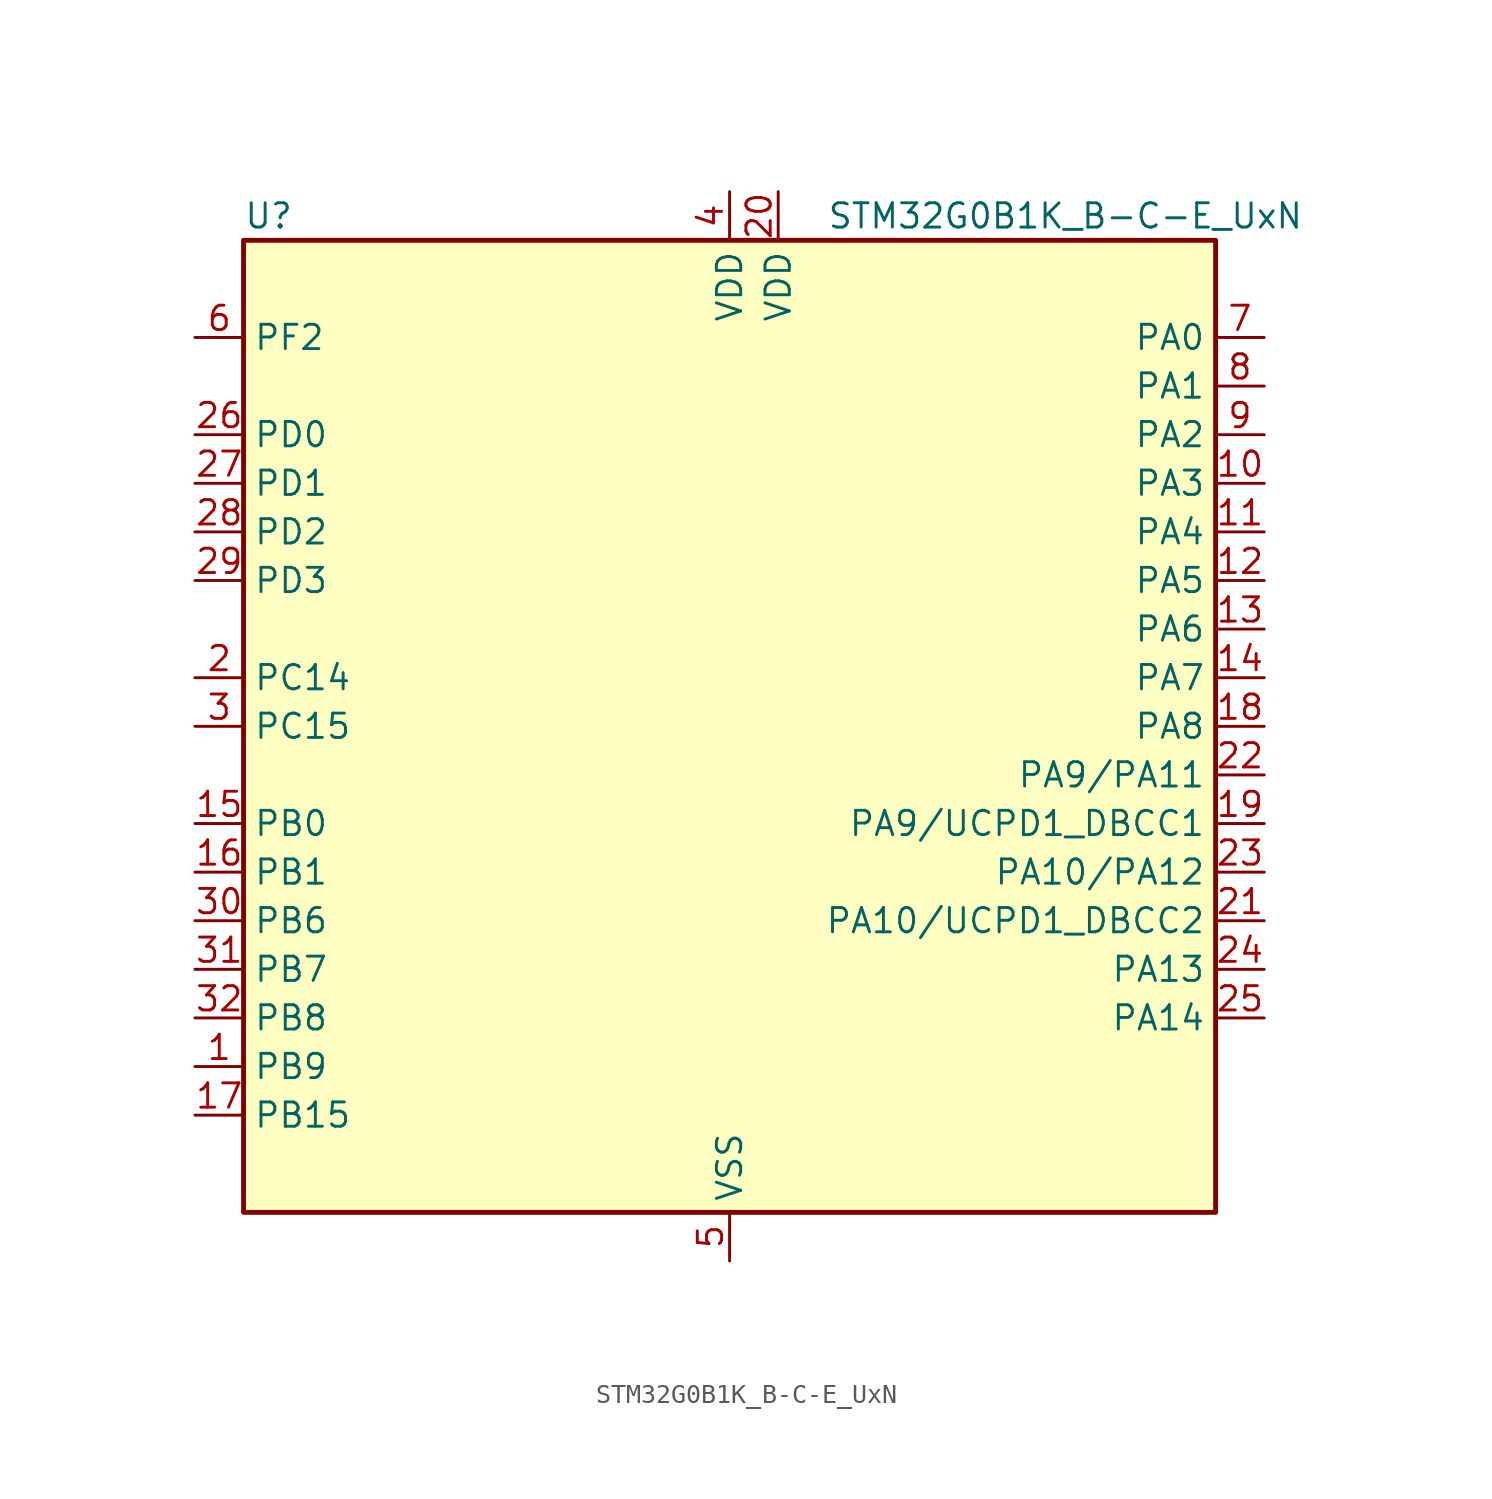
<source format=kicad_sym>
(kicad_symbol_lib
  (version 20241209)
  (generator "kicad_symbol_editor")
  (generator_version "9.0")
  (symbol "STM32G0B1K_B-C-E_UxN"
    (property "Reference" "U"
      (at -25.4 26.67 0)
      (effects (font (size 1.27 1.27)) (justify left)))
    (property "Value" "STM32G0B1K_B-C-E_UxN"
      (at 5.08 26.67 0)
      (effects (font (size 1.27 1.27)) (justify left)))
    (symbol "STM32G0B1K_B-C-E_UxN_0_1"
      (rectangle (start -25.4 -25.4) (end 25.4 25.4) (stroke (width 0.254) (type default)) (fill (type background))))
    (symbol "STM32G0B1K_B-C-E_UxN_1_1"
      (pin bidirectional line (at -27.94 20.32 0) (length 2.54) (name "PF2" (effects (font (size 1.27 1.27)))) (number "6" (effects (font (size 1.27 1.27)))) (alternate "LPUART2_DE" bidirectional line) (alternate "LPUART2_RTS" bidirectional line) (alternate "LPUART2_TX" bidirectional line) (alternate "RCC_MCO" bidirectional line))
      (pin bidirectional line (at -27.94 15.24 0) (length 2.54) (name "PD0" (effects (font (size 1.27 1.27)))) (number "26" (effects (font (size 1.27 1.27)))) (alternate "FDCAN1_RX" bidirectional line) (alternate "I2S2_WS" bidirectional line) (alternate "SPI2_NSS" bidirectional line) (alternate "TIM16_CH1" bidirectional line) (alternate "UCPD2_CC1" bidirectional line))
      (pin bidirectional line (at -27.94 12.7 0) (length 2.54) (name "PD1" (effects (font (size 1.27 1.27)))) (number "27" (effects (font (size 1.27 1.27)))) (alternate "FDCAN1_TX" bidirectional line) (alternate "I2S2_CK" bidirectional line) (alternate "SPI2_SCK" bidirectional line) (alternate "TIM17_CH1" bidirectional line) (alternate "UCPD2_DBCC1" bidirectional line))
      (pin bidirectional line (at -27.94 10.16 0) (length 2.54) (name "PD2" (effects (font (size 1.27 1.27)))) (number "28" (effects (font (size 1.27 1.27)))) (alternate "TIM1_CH1N" bidirectional line) (alternate "TIM3_ETR" bidirectional line) (alternate "UCPD2_CC2" bidirectional line) (alternate "USART3_CK" bidirectional line) (alternate "USART3_DE" bidirectional line) (alternate "USART3_RTS" bidirectional line) (alternate "USART5_RX" bidirectional line))
      (pin bidirectional line (at -27.94 7.62 0) (length 2.54) (name "PD3" (effects (font (size 1.27 1.27)))) (number "29" (effects (font (size 1.27 1.27)))) (alternate "I2S2_MCK" bidirectional line) (alternate "SPI2_MISO" bidirectional line) (alternate "TIM1_CH2N" bidirectional line) (alternate "UCPD2_DBCC2" bidirectional line) (alternate "USART2_CTS" bidirectional line) (alternate "USART2_NSS" bidirectional line) (alternate "USART5_TX" bidirectional line))
      (pin bidirectional line (at -27.94 2.54 0) (length 2.54) (name "PC14" (effects (font (size 1.27 1.27)))) (number "2" (effects (font (size 1.27 1.27)))) (alternate "RCC_OSC32_IN" bidirectional line) (alternate "RCC_OSC_IN" bidirectional line) (alternate "TIM1_BK2" bidirectional line))
      (pin bidirectional line (at -27.94 0 0) (length 2.54) (name "PC15" (effects (font (size 1.27 1.27)))) (number "3" (effects (font (size 1.27 1.27)))) (alternate "RCC_OSC32_EN" bidirectional line) (alternate "RCC_OSC32_OUT" bidirectional line) (alternate "RCC_OSC_EN" bidirectional line) (alternate "TIM15_BK" bidirectional line))
      (pin bidirectional line (at -27.94 -5.08 0) (length 2.54) (name "PB0" (effects (font (size 1.27 1.27)))) (number "15" (effects (font (size 1.27 1.27)))) (alternate "ADC1_IN8" bidirectional line) (alternate "COMP1_OUT" bidirectional line) (alternate "COMP3_INP" bidirectional line) (alternate "FDCAN2_RX" bidirectional line) (alternate "I2S1_WS" bidirectional line) (alternate "LPTIM1_OUT" bidirectional line) (alternate "LPUART2_CTS" bidirectional line) (alternate "SPI1_NSS" bidirectional line) (alternate "TIM1_CH2N" bidirectional line) (alternate "TIM3_CH3" bidirectional line) (alternate "UCPD1_FRSTX1" bidirectional line) (alternate "UCPD1_FRSTX2" bidirectional line) (alternate "USART3_RX" bidirectional line) (alternate "USART5_TX" bidirectional line))
      (pin bidirectional line (at -27.94 -7.62 0) (length 2.54) (name "PB1" (effects (font (size 1.27 1.27)))) (number "16" (effects (font (size 1.27 1.27)))) (alternate "ADC1_IN9" bidirectional line) (alternate "COMP1_INM" bidirectional line) (alternate "COMP3_OUT" bidirectional line) (alternate "FDCAN2_TX" bidirectional line) (alternate "LPTIM2_IN1" bidirectional line) (alternate "LPUART1_DE" bidirectional line) (alternate "LPUART1_RTS" bidirectional line) (alternate "LPUART2_DE" bidirectional line) (alternate "LPUART2_RTS" bidirectional line) (alternate "TIM14_CH1" bidirectional line) (alternate "TIM1_CH3N" bidirectional line) (alternate "TIM3_CH4" bidirectional line) (alternate "USART3_CK" bidirectional line) (alternate "USART3_DE" bidirectional line) (alternate "USART3_RTS" bidirectional line) (alternate "USART5_RX" bidirectional line))
      (pin bidirectional line (at -27.94 -10.16 0) (length 2.54) (name "PB6" (effects (font (size 1.27 1.27)))) (number "30" (effects (font (size 1.27 1.27)))) (alternate "COMP2_INP" bidirectional line) (alternate "FDCAN2_TX" bidirectional line) (alternate "I2C1_SCL" bidirectional line) (alternate "I2S2_MCK" bidirectional line) (alternate "LPTIM1_ETR" bidirectional line) (alternate "LPUART2_TX" bidirectional line) (alternate "SPI2_MISO" bidirectional line) (alternate "TIM16_CH1N" bidirectional line) (alternate "TIM1_CH3" bidirectional line) (alternate "TIM4_CH1" bidirectional line) (alternate "USART1_TX" bidirectional line) (alternate "USART5_CTS" bidirectional line) (alternate "USART5_NSS" bidirectional line))
      (pin bidirectional line (at -27.94 -12.7 0) (length 2.54) (name "PB7" (effects (font (size 1.27 1.27)))) (number "31" (effects (font (size 1.27 1.27)))) (alternate "COMP2_INM" bidirectional line) (alternate "I2C1_SDA" bidirectional line) (alternate "I2S2_SD" bidirectional line) (alternate "LPTIM1_IN2" bidirectional line) (alternate "LPUART2_RX" bidirectional line) (alternate "SPI2_MOSI" bidirectional line) (alternate "SYS_PVD_IN" bidirectional line) (alternate "TIM17_CH1N" bidirectional line) (alternate "TIM4_CH2" bidirectional line) (alternate "USART1_RX" bidirectional line) (alternate "USART4_CTS" bidirectional line) (alternate "USART4_NSS" bidirectional line))
      (pin bidirectional line (at -27.94 -15.24 0) (length 2.54) (name "PB8" (effects (font (size 1.27 1.27)))) (number "32" (effects (font (size 1.27 1.27)))) (alternate "CEC" bidirectional line) (alternate "FDCAN1_RX" bidirectional line) (alternate "I2C1_SCL" bidirectional line) (alternate "I2S2_CK" bidirectional line) (alternate "SPI2_SCK" bidirectional line) (alternate "TIM15_BK" bidirectional line) (alternate "TIM16_CH1" bidirectional line) (alternate "TIM4_CH3" bidirectional line) (alternate "USART3_TX" bidirectional line) (alternate "USART6_TX" bidirectional line))
      (pin bidirectional line (at -27.94 -17.78 0) (length 2.54) (name "PB9" (effects (font (size 1.27 1.27)))) (number "1" (effects (font (size 1.27 1.27)))) (alternate "DAC1_EXTI9" bidirectional line) (alternate "FDCAN1_TX" bidirectional line) (alternate "I2C1_SDA" bidirectional line) (alternate "I2S2_WS" bidirectional line) (alternate "IR_OUT" bidirectional line) (alternate "SPI2_NSS" bidirectional line) (alternate "TIM17_CH1" bidirectional line) (alternate "TIM4_CH4" bidirectional line) (alternate "UCPD2_FRSTX1" bidirectional line) (alternate "UCPD2_FRSTX2" bidirectional line) (alternate "USART3_RX" bidirectional line) (alternate "USART6_RX" bidirectional line))
      (pin bidirectional line (at -27.94 -20.32 0) (length 2.54) (name "PB15" (effects (font (size 1.27 1.27)))) (number "17" (effects (font (size 1.27 1.27)))) (alternate "I2S2_SD" bidirectional line) (alternate "RTC_REFIN" bidirectional line) (alternate "SPI2_MOSI" bidirectional line) (alternate "TIM15_CH1N" bidirectional line) (alternate "TIM15_CH2" bidirectional line) (alternate "TIM1_CH3N" bidirectional line) (alternate "UCPD1_CC2" bidirectional line) (alternate "USART6_CTS" bidirectional line) (alternate "USART6_NSS" bidirectional line))
      (pin power_in line (at 0 27.94 270) (length 2.54) (name "VDD" (effects (font (size 1.27 1.27)))) (number "4" (effects (font (size 1.27 1.27)))))
      (pin passive line (at 0 -27.94 90) (length 2.54) (hide yes) (name "VSS" (effects (font (size 1.27 1.27)))) (number "33" (effects (font (size 1.27 1.27)))))
      (pin power_in line (at 0 -27.94 90) (length 2.54) (name "VSS" (effects (font (size 1.27 1.27)))) (number "5" (effects (font (size 1.27 1.27)))))
      (pin power_in line (at 2.54 27.94 270) (length 2.54) (name "VDD" (effects (font (size 1.27 1.27)))) (number "20" (effects (font (size 1.27 1.27)))))
      (pin bidirectional line (at 27.94 20.32 180) (length 2.54) (name "PA0" (effects (font (size 1.27 1.27)))) (number "7" (effects (font (size 1.27 1.27)))) (alternate "ADC1_IN0" bidirectional line) (alternate "COMP1_INM" bidirectional line) (alternate "COMP1_OUT" bidirectional line) (alternate "I2S2_CK" bidirectional line) (alternate "LPTIM1_OUT" bidirectional line) (alternate "RTC_TAMP_IN2" bidirectional line) (alternate "SPI2_SCK" bidirectional line) (alternate "SYS_WKUP1" bidirectional line) (alternate "TIM2_CH1" bidirectional line) (alternate "TIM2_ETR" bidirectional line) (alternate "UCPD2_FRSTX1" bidirectional line) (alternate "UCPD2_FRSTX2" bidirectional line) (alternate "USART2_CTS" bidirectional line) (alternate "USART2_NSS" bidirectional line) (alternate "USART4_TX" bidirectional line))
      (pin bidirectional line (at 27.94 17.78 180) (length 2.54) (name "PA1" (effects (font (size 1.27 1.27)))) (number "8" (effects (font (size 1.27 1.27)))) (alternate "ADC1_IN1" bidirectional line) (alternate "COMP1_INP" bidirectional line) (alternate "I2C1_SMBA" bidirectional line) (alternate "I2S1_CK" bidirectional line) (alternate "SPI1_SCK" bidirectional line) (alternate "TIM15_CH1N" bidirectional line) (alternate "TIM2_CH2" bidirectional line) (alternate "USART2_CK" bidirectional line) (alternate "USART2_DE" bidirectional line) (alternate "USART2_RTS" bidirectional line) (alternate "USART4_RX" bidirectional line))
      (pin bidirectional line (at 27.94 15.24 180) (length 2.54) (name "PA2" (effects (font (size 1.27 1.27)))) (number "9" (effects (font (size 1.27 1.27)))) (alternate "ADC1_IN2" bidirectional line) (alternate "COMP2_INM" bidirectional line) (alternate "COMP2_OUT" bidirectional line) (alternate "I2S1_SD" bidirectional line) (alternate "LPUART1_TX" bidirectional line) (alternate "RCC_LSCO" bidirectional line) (alternate "SPI1_MOSI" bidirectional line) (alternate "SYS_WKUP4" bidirectional line) (alternate "TIM15_CH1" bidirectional line) (alternate "TIM2_CH3" bidirectional line) (alternate "UCPD1_FRSTX1" bidirectional line) (alternate "UCPD1_FRSTX2" bidirectional line) (alternate "USART2_TX" bidirectional line))
      (pin bidirectional line (at 27.94 12.7 180) (length 2.54) (name "PA3" (effects (font (size 1.27 1.27)))) (number "10" (effects (font (size 1.27 1.27)))) (alternate "ADC1_IN3" bidirectional line) (alternate "COMP2_INP" bidirectional line) (alternate "I2S2_MCK" bidirectional line) (alternate "LPUART1_RX" bidirectional line) (alternate "SPI2_MISO" bidirectional line) (alternate "TIM15_CH2" bidirectional line) (alternate "TIM2_CH4" bidirectional line) (alternate "UCPD2_FRSTX1" bidirectional line) (alternate "UCPD2_FRSTX2" bidirectional line) (alternate "USART2_RX" bidirectional line))
      (pin bidirectional line (at 27.94 10.16 180) (length 2.54) (name "PA4" (effects (font (size 1.27 1.27)))) (number "11" (effects (font (size 1.27 1.27)))) (alternate "ADC1_IN4" bidirectional line) (alternate "DAC1_OUT1" bidirectional line) (alternate "I2S1_WS" bidirectional line) (alternate "I2S2_SD" bidirectional line) (alternate "LPTIM2_OUT" bidirectional line) (alternate "RTC_OUT1" bidirectional line) (alternate "RTC_TAMP_IN1" bidirectional line) (alternate "RTC_TS" bidirectional line) (alternate "SPI1_NSS" bidirectional line) (alternate "SPI2_MOSI" bidirectional line) (alternate "SYS_WKUP2" bidirectional line) (alternate "TIM14_CH1" bidirectional line) (alternate "UCPD2_FRSTX1" bidirectional line) (alternate "UCPD2_FRSTX2" bidirectional line) (alternate "USART6_TX" bidirectional line) (alternate "USB_NOE" bidirectional line))
      (pin bidirectional line (at 27.94 7.62 180) (length 2.54) (name "PA5" (effects (font (size 1.27 1.27)))) (number "12" (effects (font (size 1.27 1.27)))) (alternate "ADC1_IN5" bidirectional line) (alternate "CEC" bidirectional line) (alternate "DAC1_OUT2" bidirectional line) (alternate "I2S1_CK" bidirectional line) (alternate "LPTIM2_ETR" bidirectional line) (alternate "SPI1_SCK" bidirectional line) (alternate "TIM2_CH1" bidirectional line) (alternate "TIM2_ETR" bidirectional line) (alternate "UCPD1_FRSTX1" bidirectional line) (alternate "UCPD1_FRSTX2" bidirectional line) (alternate "USART3_TX" bidirectional line) (alternate "USART6_RX" bidirectional line))
      (pin bidirectional line (at 27.94 5.08 180) (length 2.54) (name "PA6" (effects (font (size 1.27 1.27)))) (number "13" (effects (font (size 1.27 1.27)))) (alternate "ADC1_IN6" bidirectional line) (alternate "COMP1_OUT" bidirectional line) (alternate "I2C2_SDA" bidirectional line) (alternate "I2C3_SDA" bidirectional line) (alternate "I2S1_MCK" bidirectional line) (alternate "LPUART1_CTS" bidirectional line) (alternate "SPI1_MISO" bidirectional line) (alternate "TIM16_CH1" bidirectional line) (alternate "TIM1_BK" bidirectional line) (alternate "TIM3_CH1" bidirectional line) (alternate "USART3_CTS" bidirectional line) (alternate "USART3_NSS" bidirectional line) (alternate "USART6_CTS" bidirectional line) (alternate "USART6_NSS" bidirectional line))
      (pin bidirectional line (at 27.94 2.54 180) (length 2.54) (name "PA7" (effects (font (size 1.27 1.27)))) (number "14" (effects (font (size 1.27 1.27)))) (alternate "ADC1_IN7" bidirectional line) (alternate "COMP2_OUT" bidirectional line) (alternate "I2C2_SCL" bidirectional line) (alternate "I2C3_SCL" bidirectional line) (alternate "I2S1_SD" bidirectional line) (alternate "SPI1_MOSI" bidirectional line) (alternate "TIM14_CH1" bidirectional line) (alternate "TIM17_CH1" bidirectional line) (alternate "TIM1_CH1N" bidirectional line) (alternate "TIM3_CH2" bidirectional line) (alternate "UCPD1_FRSTX1" bidirectional line) (alternate "UCPD1_FRSTX2" bidirectional line) (alternate "USART6_CK" bidirectional line) (alternate "USART6_DE" bidirectional line) (alternate "USART6_RTS" bidirectional line))
      (pin bidirectional line (at 27.94 0 180) (length 2.54) (name "PA8" (effects (font (size 1.27 1.27)))) (number "18" (effects (font (size 1.27 1.27)))) (alternate "CRS1_SYNC" bidirectional line) (alternate "I2C2_SMBA" bidirectional line) (alternate "I2S2_WS" bidirectional line) (alternate "LPTIM2_OUT" bidirectional line) (alternate "RCC_MCO" bidirectional line) (alternate "SPI2_NSS" bidirectional line) (alternate "TIM1_CH1" bidirectional line) (alternate "UCPD1_CC1" bidirectional line))
      (pin bidirectional line (at 27.94 -2.54 180) (length 2.54) (name "PA9/PA11" (effects (font (size 1.27 1.27)))) (number "22" (effects (font (size 1.27 1.27)))) (alternate "ADC1_EXTI11 (PA11)" bidirectional line) (alternate "COMP1_OUT (PA11)" bidirectional line) (alternate "DAC1_EXTI9 (PA9)" bidirectional line) (alternate "FDCAN1_RX (PA11)" bidirectional line) (alternate "I2C1_SCL (PA9)" bidirectional line) (alternate "I2C2_SCL (PA11)" bidirectional line) (alternate "I2C2_SCL (PA9)" bidirectional line) (alternate "I2S1_MCK (PA11)" bidirectional line) (alternate "I2S2_MCK (PA9)" bidirectional line) (alternate "PA11" bidirectional line) (alternate "PA9" bidirectional line) (alternate "RCC_MCO (PA9)" bidirectional line) (alternate "SPI1_MISO (PA11)" bidirectional line) (alternate "SPI2_MISO (PA9)" bidirectional line) (alternate "TIM15_BK (PA9)" bidirectional line) (alternate "TIM1_BK2 (PA11)" bidirectional line) (alternate "TIM1_CH2 (PA9)" bidirectional line) (alternate "TIM1_CH4 (PA11)" bidirectional line) (alternate "UCPD1_DBCC1 (PA9)" bidirectional line) (alternate "USART1_CTS (PA11)" bidirectional line) (alternate "USART1_NSS (PA11)" bidirectional line) (alternate "USART1_TX (PA9)" bidirectional line) (alternate "USB_DM (PA11)" bidirectional line))
      (pin bidirectional line (at 27.94 -5.08 180) (length 2.54) (name "PA9/UCPD1_DBCC1" (effects (font (size 1.27 1.27)))) (number "19" (effects (font (size 1.27 1.27)))) (alternate "DAC1_EXTI9 (PA9)" bidirectional line) (alternate "I2C1_SCL (PA9)" bidirectional line) (alternate "I2C2_SCL (PA9)" bidirectional line) (alternate "I2S2_MCK (PA9)" bidirectional line) (alternate "PA9" bidirectional line) (alternate "RCC_MCO (PA9)" bidirectional line) (alternate "SPI2_MISO (PA9)" bidirectional line) (alternate "TIM15_BK (PA9)" bidirectional line) (alternate "TIM1_CH2 (PA9)" bidirectional line) (alternate "UCPD1_DBCC1" bidirectional line) (alternate "UCPD1_DBCC1 (PA9)" bidirectional line) (alternate "UCPD1_DBCC1 (UCPD1_DBCC1)" bidirectional line) (alternate "USART1_TX (PA9)" bidirectional line))
      (pin bidirectional line (at 27.94 -7.62 180) (length 2.54) (name "PA10/PA12" (effects (font (size 1.27 1.27)))) (number "23" (effects (font (size 1.27 1.27)))) (alternate "COMP2_OUT (PA12)" bidirectional line) (alternate "FDCAN1_TX (PA12)" bidirectional line) (alternate "I2C1_SDA (PA10)" bidirectional line) (alternate "I2C2_SDA (PA10)" bidirectional line) (alternate "I2C2_SDA (PA12)" bidirectional line) (alternate "I2S1_SD (PA12)" bidirectional line) (alternate "I2S2_SD (PA10)" bidirectional line) (alternate "I2S_CKIN (PA12)" bidirectional line) (alternate "PA10" bidirectional line) (alternate "PA12" bidirectional line) (alternate "RCC_MCO_2 (PA10)" bidirectional line) (alternate "SPI1_MOSI (PA12)" bidirectional line) (alternate "SPI2_MOSI (PA10)" bidirectional line) (alternate "TIM17_BK (PA10)" bidirectional line) (alternate "TIM1_CH3 (PA10)" bidirectional line) (alternate "TIM1_ETR (PA12)" bidirectional line) (alternate "UCPD1_DBCC2 (PA10)" bidirectional line) (alternate "USART1_CK (PA12)" bidirectional line) (alternate "USART1_DE (PA12)" bidirectional line) (alternate "USART1_RTS (PA12)" bidirectional line) (alternate "USART1_RX (PA10)" bidirectional line) (alternate "USB_DP (PA12)" bidirectional line))
      (pin bidirectional line (at 27.94 -10.16 180) (length 2.54) (name "PA10/UCPD1_DBCC2" (effects (font (size 1.27 1.27)))) (number "21" (effects (font (size 1.27 1.27)))) (alternate "I2C1_SDA (PA10)" bidirectional line) (alternate "I2C2_SDA (PA10)" bidirectional line) (alternate "I2S2_SD (PA10)" bidirectional line) (alternate "PA10" bidirectional line) (alternate "RCC_MCO_2 (PA10)" bidirectional line) (alternate "SPI2_MOSI (PA10)" bidirectional line) (alternate "TIM17_BK (PA10)" bidirectional line) (alternate "TIM1_CH3 (PA10)" bidirectional line) (alternate "UCPD1_DBCC2" bidirectional line) (alternate "UCPD1_DBCC2 (PA10)" bidirectional line) (alternate "UCPD1_DBCC2 (UCPD1_DBCC2)" bidirectional line) (alternate "USART1_RX (PA10)" bidirectional line))
      (pin bidirectional line (at 27.94 -12.7 180) (length 2.54) (name "PA13" (effects (font (size 1.27 1.27)))) (number "24" (effects (font (size 1.27 1.27)))) (alternate "IR_OUT" bidirectional line) (alternate "LPUART2_RX" bidirectional line) (alternate "SYS_SWDIO" bidirectional line) (alternate "USB_NOE" bidirectional line))
      (pin bidirectional line (at 27.94 -15.24 180) (length 2.54) (name "PA14" (effects (font (size 1.27 1.27)))) (number "25" (effects (font (size 1.27 1.27)))) (alternate "LPUART2_TX" bidirectional line) (alternate "SYS_SWCLK" bidirectional line) (alternate "USART2_TX" bidirectional line)))))
</source>
